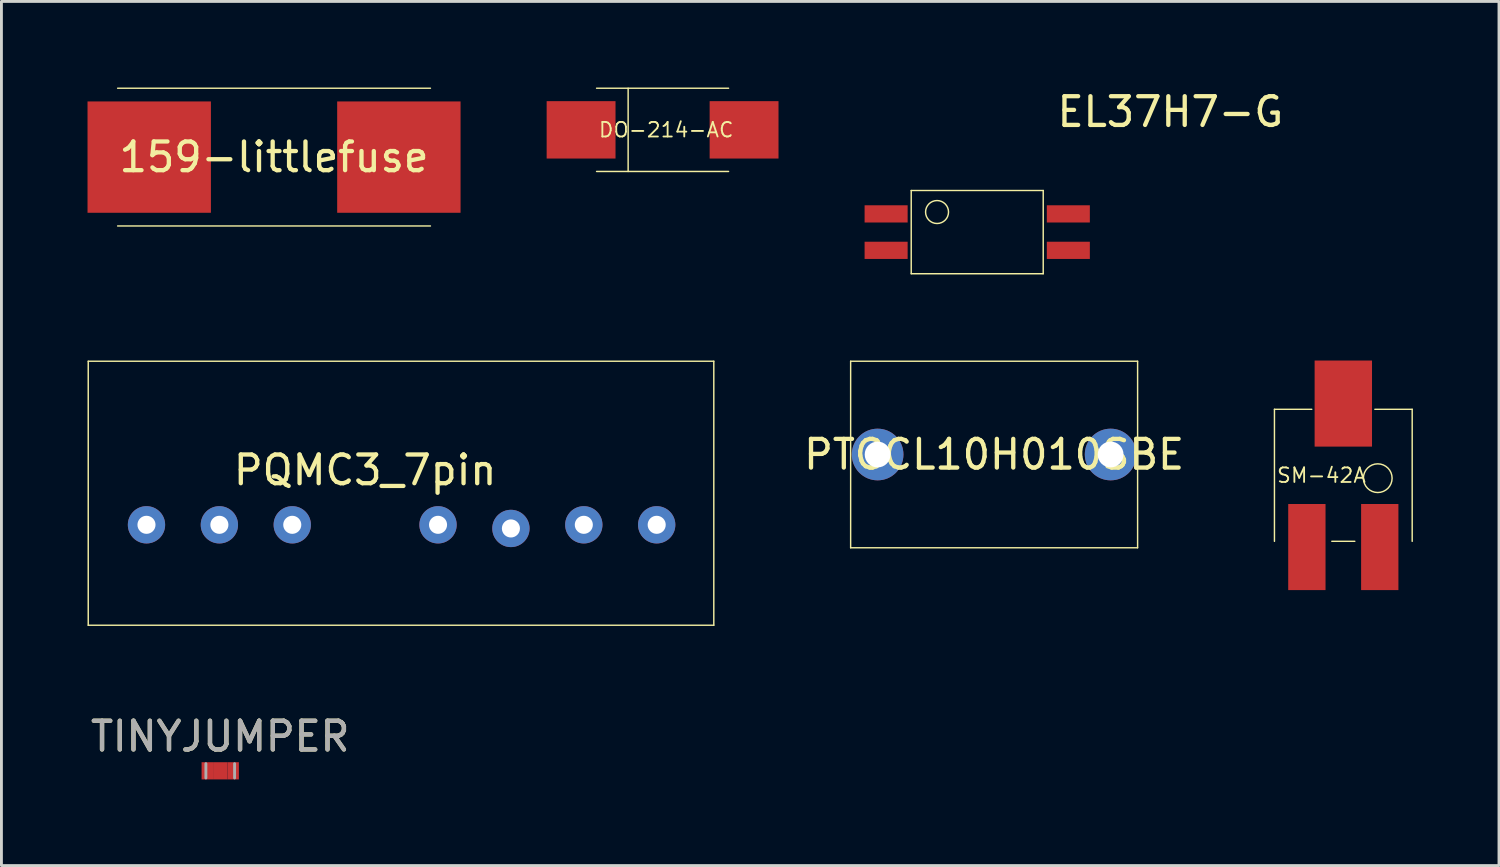
<source format=kicad_pcb>
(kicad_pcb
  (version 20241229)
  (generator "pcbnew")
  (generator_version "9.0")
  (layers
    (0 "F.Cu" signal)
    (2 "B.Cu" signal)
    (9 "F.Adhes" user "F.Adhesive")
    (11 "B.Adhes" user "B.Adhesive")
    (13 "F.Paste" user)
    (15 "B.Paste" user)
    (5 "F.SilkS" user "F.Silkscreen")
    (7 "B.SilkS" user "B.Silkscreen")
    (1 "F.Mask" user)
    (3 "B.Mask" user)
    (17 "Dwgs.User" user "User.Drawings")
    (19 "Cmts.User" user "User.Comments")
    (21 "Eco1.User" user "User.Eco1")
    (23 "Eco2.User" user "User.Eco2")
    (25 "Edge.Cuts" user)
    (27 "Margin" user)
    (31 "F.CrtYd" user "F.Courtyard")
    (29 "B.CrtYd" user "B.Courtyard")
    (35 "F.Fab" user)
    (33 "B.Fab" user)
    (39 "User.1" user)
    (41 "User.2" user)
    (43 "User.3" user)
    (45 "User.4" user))
  (footprint "DO-214-AC"
    (layer "F.Cu")
    (at 20.04 1.475)
    (property "Reference" "DO-214-AC" (at 0.127 0 0) (layer "F.SilkS") (effects (font (size 0.508 0.508) (thickness 0.064))))
    (attr through_hole)
    (fp_line (start -2.3 -1.45) (end 2.3 -1.45) (stroke (width 0.05) (type solid)) (layer "F.SilkS"))
    (fp_line (start -1.2 -1.45) (end -1.2 1.45) (stroke (width 0.05) (type solid)) (layer "F.SilkS"))
    (fp_line (start 2.3 1.45) (end -2.3 1.45) (stroke (width 0.05) (type solid)) (layer "F.SilkS"))
    (pad "1" smd trapezoid (at -2.84 0) (size 2.4 2) (layers "F.Cu" "F.Mask" "F.Paste"))
    (pad "2" smd trapezoid (at 2.84 0) (size 2.4 2) (layers "F.Cu" "F.Mask" "F.Paste")))
  (footprint "EL37H7-G"
    (layer "F.Cu")
    (at 31.005 5.039)
    (property "Reference" "EL37H7-G" (at 6.731 -4.191 0) (layer "F.SilkS") (effects (font (size 1 1) (thickness 0.15))))
    (attr through_hole)
    (fp_line (start -2.3 -1.45) (end 2.3 -1.45) (stroke (width 0.05) (type solid)) (layer "F.SilkS"))
    (fp_line (start -2.3 1.45) (end -2.3 -1.45) (stroke (width 0.05) (type solid)) (layer "F.SilkS"))
    (fp_line (start -2.3 1.45) (end 2.3 1.45) (stroke (width 0.05) (type solid)) (layer "F.SilkS"))
    (fp_line (start 2.3 1.45) (end 2.3 -1.45) (stroke (width 0.05) (type solid)) (layer "F.SilkS"))
    (fp_circle (center -1.4 -0.7) (end -1.4 -1.1) (stroke (width 0.05) (type solid)) (fill no) (layer "F.SilkS"))
    (pad "1" smd rect (at -3.175 -0.635) (size 1.5 0.6) (layers "F.Cu" "F.Mask" "F.Paste"))
    (pad "2" smd rect (at -3.175 0.635) (size 1.5 0.6) (layers "F.Cu" "F.Mask" "F.Paste"))
    (pad "3" smd rect (at 3.175 0.635) (size 1.5 0.6) (layers "F.Cu" "F.Mask" "F.Paste"))
    (pad "4" smd rect (at 3.175 -0.635) (size 1.5 0.6) (layers "F.Cu" "F.Mask" "F.Paste")))
  (footprint "PQMC3_7pin"
    (layer "F.Cu")
    (at 9.675 15.239)
    (property "Reference" "PQMC3_7pin" (at 0 -1.905 0) (layer "F.SilkS") (effects (font (size 1 1) (thickness 0.15))))
    (attr through_hole)
    (fp_line (start -9.65 3.5) (end -9.65 -5.7) (stroke (width 0.05) (type solid)) (layer "F.SilkS"))
    (fp_line (start 12.15 -5.7) (end -9.65 -5.7) (stroke (width 0.05) (type solid)) (layer "F.SilkS"))
    (fp_line (start 12.15 3.5) (end -9.65 3.5) (stroke (width 0.05) (type solid)) (layer "F.SilkS"))
    (fp_line (start 12.15 3.5) (end 12.15 -5.7) (stroke (width 0.05) (type solid)) (layer "F.SilkS"))
    (pad "1" thru_hole circle (at -7.62 0) (size 1.3 1.3) (drill 0.63) (layers "*.Cu" "*.Mask"))
    (pad "2" thru_hole circle (at -5.08 0) (size 1.3 1.3) (drill 0.63) (layers "*.Cu" "*.Mask"))
    (pad "3" thru_hole circle (at -2.54 0) (size 1.3 1.3) (drill 0.63) (layers "*.Cu" "*.Mask"))
    (pad "5" thru_hole circle (at 2.54 0) (size 1.3 1.3) (drill 0.63) (layers "*.Cu" "*.Mask"))
    (pad "6" thru_hole circle (at 5.08 0.127) (size 1.3 1.3) (drill 0.63) (layers "*.Cu" "*.Mask"))
    (pad "7" thru_hole circle (at 7.62 0) (size 1.3 1.3) (drill 0.63) (layers "*.Cu" "*.Mask"))
    (pad "8" thru_hole circle (at 10.16 0) (size 1.3 1.3) (drill 0.63) (layers "*.Cu" "*.Mask")))
  (footprint "PTCCL10H010SBE"
    (layer "F.Cu")
    (at 31.594 12.789)
    (property "Reference" "PTCCL10H010SBE" (at 0 0 0) (layer "F.SilkS") (effects (font (size 1 1) (thickness 0.15))))
    (attr through_hole)
    (fp_line (start -5 3.25) (end -5 -3.25) (stroke (width 0.05) (type solid)) (layer "F.SilkS"))
    (fp_line (start -5 3.25) (end 5 3.25) (stroke (width 0.05) (type solid)) (layer "F.SilkS"))
    (fp_line (start 5 -3.25) (end -5 -3.25) (stroke (width 0.05) (type solid)) (layer "F.SilkS"))
    (fp_line (start 5 3.25) (end 5 -3.25) (stroke (width 0.05) (type solid)) (layer "F.SilkS"))
    (pad "1" thru_hole circle (at -4.06 0) (size 1.8 1.8) (drill 0.9) (layers "*.Cu" "*.Mask"))
    (pad "2" thru_hole circle (at 4.06 0) (size 1.8 1.8) (drill 0.9) (layers "*.Cu" "*.Mask")))
  (footprint "TINYJUMPER"
    (layer "F.Cu")
    (at 4.625 23.812)
    (property "Reference" "TINYJUMPER" (at 0 -1.2 0) (layer "F.SilkS") (effects (font (size 1 1) (thickness 0.15))))
    (attr smd)
    (fp_line (start -0.5 0.25) (end -0.5 -0.25) (stroke (width 0.1) (type solid)) (layer "F.Fab"))
    (fp_line (start 0.5 -0.25) (end 0.5 0.25) (stroke (width 0.1) (type solid)) (layer "F.Fab"))
    (fp_text user "${REFERENCE}" (at 0 -1.2 0) (layer "F.Fab") (effects (font (size 1 1) (thickness 0.15))))
    (pad "" smd rect (at 0 0) (size 0.5 0.6) (layers "F.Cu" "F.Mask" "F.Paste"))
    (pad "1" smd rect (at -0.45 0) (size 0.4 0.6) (layers "F.Cu" "F.Mask" "F.Paste"))
    (pad "2" smd rect (at 0.45 0) (size 0.4 0.6) (layers "F.Cu" "F.Mask" "F.Paste")))
  (footprint "159-littlefuse"
    (layer "F.Cu")
    (at 6.5 2.425)
    (property "Reference" "159-littlefuse" (at 0 0 0) (layer "F.SilkS") (effects (font (size 1 1) (thickness 0.15))))
    (attr through_hole)
    (fp_line (start -5.45 -2.4) (end 5.45 -2.4) (stroke (width 0.05) (type solid)) (layer "F.SilkS"))
    (fp_line (start -5.45 2.4) (end 5.45 2.4) (stroke (width 0.05) (type solid)) (layer "F.SilkS"))
    (pad "1" smd rect (at -4.35 0) (size 4.3 3.88) (layers "F.Cu" "F.Mask" "F.Paste"))
    (pad "2" smd rect (at 4.35 0) (size 4.3 3.88) (layers "F.Cu" "F.Mask" "F.Paste")))
  (footprint "SM-42A"
    (layer "F.Cu")
    (at 43.763 13.514)
    (property "Reference" "SM-42A" (at -0.762 0 180) (layer "F.SilkS") (effects (font (size 0.508 0.508) (thickness 0.064))))
    (attr through_hole)
    (fp_line (start -2.4 -2.3) (end -2.4 2.3) (stroke (width 0.05) (type solid)) (layer "F.SilkS"))
    (fp_line (start -1.1 -2.3) (end -2.4 -2.3) (stroke (width 0.05) (type solid)) (layer "F.SilkS"))
    (fp_line (start 0.4 2.3) (end -0.4 2.3) (stroke (width 0.05) (type solid)) (layer "F.SilkS"))
    (fp_line (start 2.4 -2.3) (end 1.1 -2.3) (stroke (width 0.05) (type solid)) (layer "F.SilkS"))
    (fp_line (start 2.4 2.3) (end 2.4 -2.3) (stroke (width 0.05) (type solid)) (layer "F.SilkS"))
    (fp_circle (center 1.2 0.1) (end 1.2 -0.4) (stroke (width 0.05) (type solid)) (fill no) (layer "F.SilkS"))
    (pad "1" smd rect (at -1.27 2.5) (size 1.3 3) (layers "F.Cu" "F.Mask" "F.Paste"))
    (pad "2" smd rect (at 0 -2.5) (size 2 3) (layers "F.Cu" "F.Mask" "F.Paste"))
    (pad "3" smd rect (at 1.27 2.5) (size 1.3 3) (layers "F.Cu" "F.Mask" "F.Paste")))
  (gr_rect
    (start -3 -3)
    (end 49.188 27.113)
    (stroke (width 0.1) (type default))
    (fill no)
    (layer "Edge.Cuts")))
</source>
